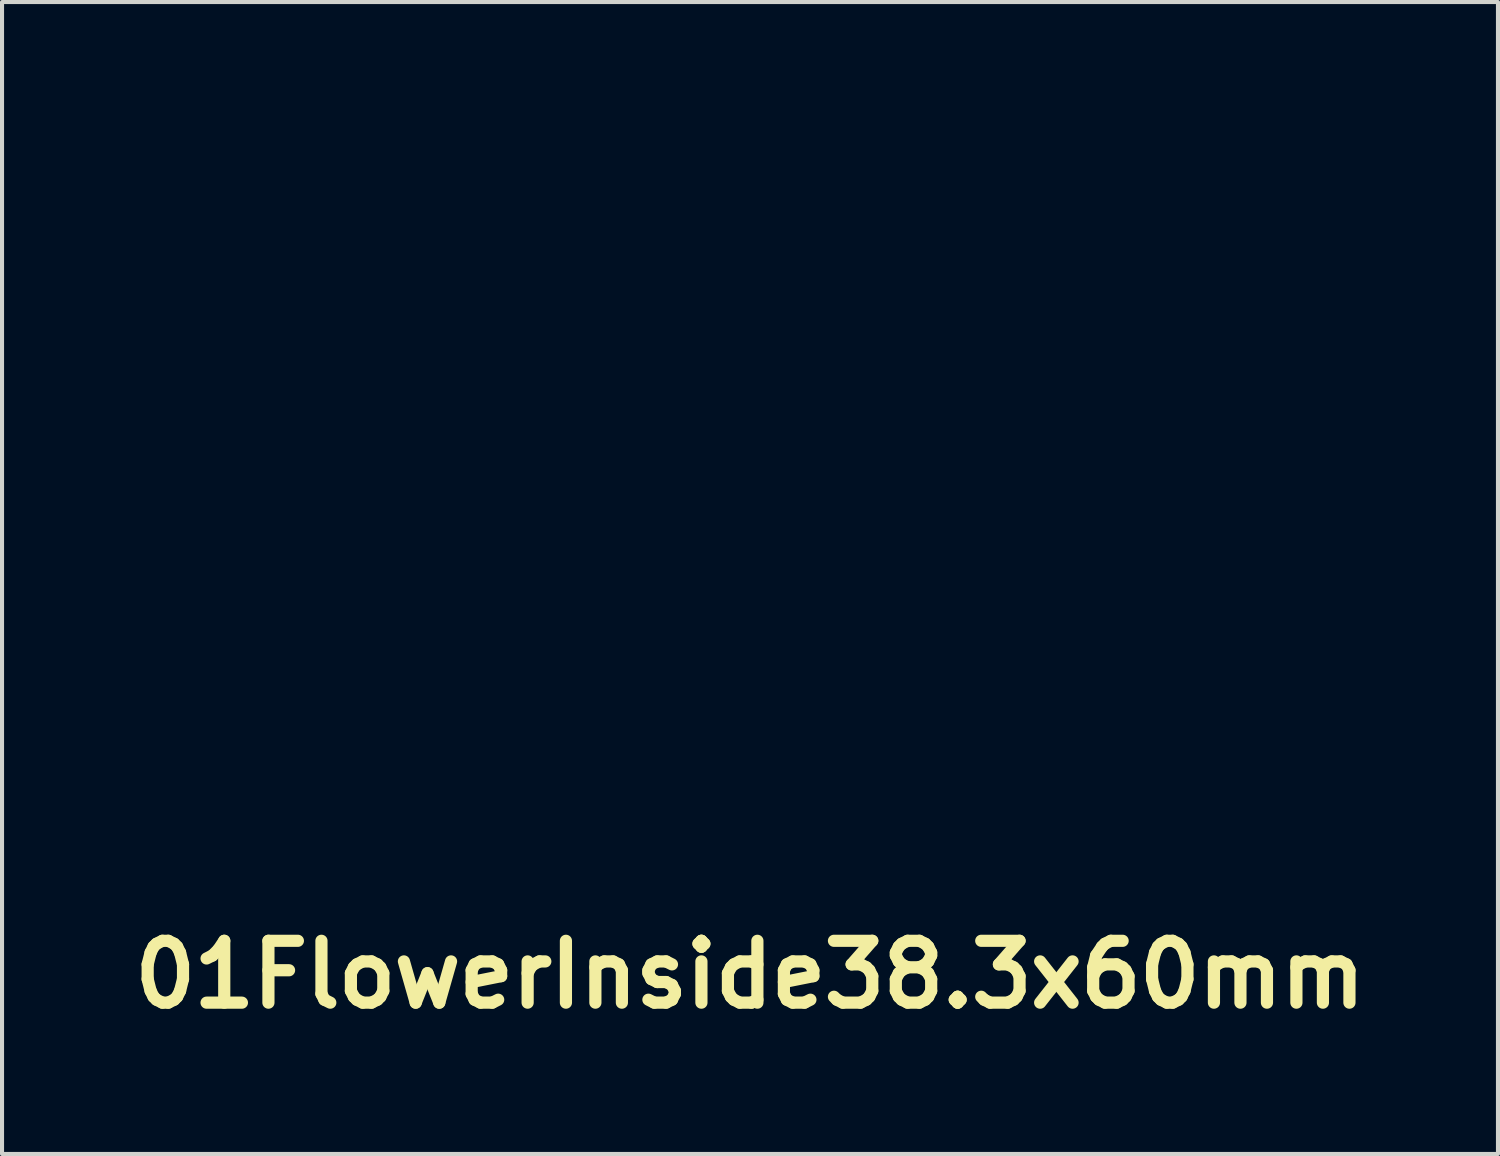
<source format=kicad_pcb>
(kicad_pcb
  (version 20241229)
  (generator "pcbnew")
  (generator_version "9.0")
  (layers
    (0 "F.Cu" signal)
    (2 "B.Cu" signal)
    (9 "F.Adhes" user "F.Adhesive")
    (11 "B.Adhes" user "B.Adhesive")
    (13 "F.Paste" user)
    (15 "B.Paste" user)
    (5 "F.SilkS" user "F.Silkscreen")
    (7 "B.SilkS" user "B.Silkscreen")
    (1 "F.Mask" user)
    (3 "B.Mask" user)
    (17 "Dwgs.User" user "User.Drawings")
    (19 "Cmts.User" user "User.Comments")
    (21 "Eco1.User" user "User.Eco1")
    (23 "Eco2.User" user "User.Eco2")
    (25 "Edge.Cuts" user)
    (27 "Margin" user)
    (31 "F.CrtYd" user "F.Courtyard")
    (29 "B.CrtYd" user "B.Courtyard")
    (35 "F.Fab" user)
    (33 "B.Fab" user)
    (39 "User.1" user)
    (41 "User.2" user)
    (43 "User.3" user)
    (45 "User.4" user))
  (footprint "01FlowerInside38.3x60mm"
    (layer "F.Cu")
    (at 15.429 20.964)
    (property "Reference" "01FlowerInside38.3x60mm" (at 0 0 0) (layer "F.SilkS") (effects (font (size 1.524 1.524) (thickness 0.3))))
    (attr board_only exclude_from_pos_files exclude_from_bom)
    (fp_poly (pts (xy -9.245 -4.996) (xy -9.292 -4.949) (xy -9.338 -4.996) (xy -9.292 -5.043)) (stroke (width 0) (type solid)) (fill yes) (layer "F.Mask"))
    (fp_poly (pts (xy -0.467 -2.661) (xy -0.514 -2.615) (xy -0.56 -2.661) (xy -0.514 -2.708)) (stroke (width 0) (type solid)) (fill yes) (layer "F.Mask"))
    (fp_poly (pts (xy 6.49 -4.538) (xy 6.907 -4.166) (xy 7.246 -3.672) (xy 7.476 -3.118) (xy 7.562 -2.563) (xy 7.563 -2.541) (xy 7.543 -2.225) (xy 7.477 -2.074) (xy 7.347 -2.085) (xy 7.137 -2.253) (xy 6.966 -2.428) (xy 6.514 -3.011) (xy 6.229 -3.625) (xy 6.115 -4.121) (xy 6.097 -4.451) (xy 6.166 -4.617) (xy 6.325 -4.624)) (stroke (width 0) (type solid)) (fill yes) (layer "F.Mask"))
    (fp_poly (pts (xy 7.914 -20.109) (xy 7.889 -19.668) (xy 7.842 -19.337) (xy 7.754 -19.04) (xy 7.607 -18.702) (xy 7.524 -18.532) (xy 7.109 -17.842) (xy 6.553 -17.18) (xy 6.521 -17.147) (xy 5.874 -16.482) (xy 5.937 -17.089) (xy 6.093 -18.044) (xy 6.359 -18.87) (xy 6.749 -19.601) (xy 7.275 -20.268) (xy 7.359 -20.356) (xy 7.948 -20.964)) (stroke (width 0) (type solid)) (fill yes) (layer "F.Mask"))
    (fp_poly (pts (xy -5.364 -20.421) (xy -4.781 -19.669) (xy -4.345 -18.805) (xy -4.114 -18.083) (xy -3.992 -17.56) (xy -3.907 -17.118) (xy -3.863 -16.781) (xy -3.864 -16.578) (xy -3.896 -16.529) (xy -3.995 -16.591) (xy -4.184 -16.756) (xy -4.424 -16.988) (xy -4.454 -17.019) (xy -5.082 -17.776) (xy -5.529 -18.574) (xy -5.794 -19.414) (xy -5.88 -20.297) (xy -5.876 -20.964)) (stroke (width 0) (type solid)) (fill yes) (layer "F.Mask"))
    (fp_poly (pts (xy -4.035 -4.682) (xy -4.026 -4.469) (xy -4.066 -4.167) (xy -4.148 -3.821) (xy -4.263 -3.475) (xy -4.324 -3.331) (xy -4.514 -2.993) (xy -4.774 -2.622) (xy -4.974 -2.381) (xy -5.203 -2.139) (xy -5.344 -2.024) (xy -5.424 -2.016) (xy -5.468 -2.084) (xy -5.506 -2.34) (xy -5.486 -2.7) (xy -5.417 -3.097) (xy -5.31 -3.462) (xy -5.245 -3.611) (xy -5.091 -3.849) (xy -4.866 -4.121) (xy -4.611 -4.387) (xy -4.366 -4.607) (xy -4.17 -4.74) (xy -4.098 -4.763)) (stroke (width 0) (type solid)) (fill yes) (layer "F.Mask"))
    (fp_poly (pts (xy -8.201 -11.451) (xy -7.888 -11.385) (xy -7.808 -11.366) (xy -7.483 -11.27) (xy -7.172 -11.154) (xy -6.919 -11.037) (xy -6.764 -10.937) (xy -6.744 -10.879) (xy -6.837 -10.843) (xy -7.074 -10.759) (xy -7.419 -10.64) (xy -7.84 -10.497) (xy -7.914 -10.472) (xy -8.737 -10.222) (xy -9.432 -10.075) (xy -10.023 -10.028) (xy -10.538 -10.077) (xy -10.786 -10.141) (xy -11.064 -10.237) (xy -11.267 -10.322) (xy -11.325 -10.357) (xy -11.291 -10.432) (xy -11.115 -10.553) (xy -10.833 -10.706) (xy -10.478 -10.873) (xy -10.085 -11.041) (xy -9.689 -11.192) (xy -9.324 -11.311) (xy -9.111 -11.365) (xy -8.733 -11.441) (xy -8.457 -11.469)) (stroke (width 0) (type solid)) (fill yes) (layer "F.Mask"))
    (fp_poly (pts (xy 10.289 -11.581) (xy 10.528 -11.519) (xy 10.884 -11.409) (xy 11.331 -11.26) (xy 11.787 -11.097) (xy 12.286 -10.91) (xy 12.713 -10.74) (xy 13.042 -10.599) (xy 13.246 -10.497) (xy 13.301 -10.449) (xy 13.159 -10.354) (xy 12.882 -10.259) (xy 12.519 -10.176) (xy 12.12 -10.115) (xy 11.737 -10.089) (xy 11.679 -10.089) (xy 11.322 -10.111) (xy 10.922 -10.18) (xy 10.437 -10.306) (xy 9.875 -10.48) (xy 9.438 -10.626) (xy 9.073 -10.756) (xy 8.813 -10.856) (xy 8.69 -10.915) (xy 8.685 -10.922) (xy 8.766 -10.975) (xy 8.984 -11.071) (xy 9.297 -11.192) (xy 9.427 -11.239) (xy 9.769 -11.369) (xy 10.035 -11.485) (xy 10.182 -11.567) (xy 10.197 -11.585)) (stroke (width 0) (type solid)) (fill yes) (layer "F.Mask"))
    (fp_poly (pts (xy -1.139 -19.012) (xy -0.913 -18.914) (xy -0.71 -18.818) (xy -0.111 -18.601) (xy 0.568 -18.477) (xy 1.27 -18.448) (xy 1.943 -18.515) (xy 2.531 -18.678) (xy 2.711 -18.76) (xy 3.064 -18.944) (xy 2.697 -18.151) (xy 2.504 -17.697) (xy 2.319 -17.207) (xy 2.177 -16.77) (xy 2.154 -16.686) (xy 2.07 -16.327) (xy 1.998 -15.944) (xy 1.944 -15.58) (xy 1.914 -15.28) (xy 1.912 -15.085) (xy 1.935 -15.035) (xy 1.987 -15.114) (xy 2.103 -15.334) (xy 2.269 -15.664) (xy 2.471 -16.075) (xy 2.581 -16.305) (xy 2.794 -16.742) (xy 2.98 -17.109) (xy 3.124 -17.377) (xy 3.211 -17.518) (xy 3.23 -17.532) (xy 3.236 -17.425) (xy 3.205 -17.195) (xy 3.168 -17.004) (xy 3.111 -16.598) (xy 3.129 -16.286) (xy 3.215 -16.101) (xy 3.312 -16.062) (xy 3.359 -16.014) (xy 3.329 -15.857) (xy 3.217 -15.569) (xy 3.122 -15.354) (xy 2.98 -15.018) (xy 2.886 -14.743) (xy 2.853 -14.575) (xy 2.858 -14.552) (xy 2.984 -14.494) (xy 3.139 -14.499) (xy 3.308 -14.518) (xy 3.362 -14.504) (xy 3.314 -14.414) (xy 3.188 -14.214) (xy 3.033 -13.98) (xy 2.705 -13.494) (xy 3.169 -13.466) (xy 3.485 -13.425) (xy 3.698 -13.326) (xy 3.871 -13.155) (xy 4.024 -12.944) (xy 4.105 -12.776) (xy 4.109 -12.75) (xy 4.193 -12.61) (xy 4.419 -12.527) (xy 4.593 -12.513) (xy 4.756 -12.573) (xy 4.998 -12.73) (xy 5.252 -12.936) (xy 5.794 -13.371) (xy 6.378 -13.726) (xy 7.04 -14.017) (xy 7.815 -14.26) (xy 8.731 -14.47) (xy 9.751 -14.75) (xy 10.645 -15.159) (xy 11.428 -15.706) (xy 11.599 -15.857) (xy 11.866 -16.095) (xy 12.007 -16.203) (xy 12.029 -16.186) (xy 11.972 -16.093) (xy 11.53 -15.58) (xy 10.969 -15.141) (xy 10.272 -14.768) (xy 9.424 -14.452) (xy 8.41 -14.185) (xy 8.404 -14.184) (xy 7.935 -14.063) (xy 7.456 -13.915) (xy 7.051 -13.764) (xy 6.944 -13.717) (xy 6.537 -13.502) (xy 6.109 -13.236) (xy 5.703 -12.951) (xy 5.364 -12.678) (xy 5.135 -12.45) (xy 5.097 -12.399) (xy 5.028 -12.225) (xy 4.947 -11.924) (xy 4.864 -11.545) (xy 4.789 -11.139) (xy 4.729 -10.754) (xy 4.696 -10.441) (xy 4.696 -10.249) (xy 4.701 -10.229) (xy 4.81 -10.137) (xy 5.032 -10.037) (xy 5.122 -10.007) (xy 5.379 -9.901) (xy 5.723 -9.72) (xy 6.091 -9.498) (xy 6.183 -9.438) (xy 6.451 -9.249) (xy 6.716 -9.04) (xy 6.997 -8.791) (xy 7.316 -8.483) (xy 7.691 -8.096) (xy 8.144 -7.609) (xy 8.695 -7.004) (xy 8.802 -6.886) (xy 9.148 -6.519) (xy 9.493 -6.195) (xy 9.875 -5.885) (xy 10.333 -5.556) (xy 10.906 -5.177) (xy 11.075 -5.07) (xy 11.144 -5.011) (xy 11.078 -5.015) (xy 10.912 -5.068) (xy 10.683 -5.157) (xy 10.425 -5.267) (xy 10.174 -5.386) (xy 9.995 -5.482) (xy 9.817 -5.613) (xy 9.529 -5.855) (xy 9.153 -6.19) (xy 8.711 -6.598) (xy 8.225 -7.057) (xy 7.717 -7.549) (xy 7.704 -7.562) (xy 7.032 -8.213) (xy 6.469 -8.738) (xy 6.001 -9.149) (xy 5.611 -9.457) (xy 5.283 -9.674) (xy 5.002 -9.812) (xy 4.751 -9.883) (xy 4.562 -9.899) (xy 4.33 -9.833) (xy 4 -9.631) (xy 3.651 -9.362) (xy 3.342 -9.105) (xy 3.15 -8.923) (xy 3.046 -8.773) (xy 3.003 -8.613) (xy 2.993 -8.4) (xy 2.992 -8.346) (xy 3.016 -8.057) (xy 3.08 -7.647) (xy 3.174 -7.173) (xy 3.285 -6.691) (xy 3.401 -6.261) (xy 3.507 -5.942) (xy 3.538 -5.824) (xy 3.46 -5.833) (xy 3.382 -5.872) (xy 3.196 -5.925) (xy 3.047 -5.835) (xy 2.931 -5.623) (xy 2.849 -5.287) (xy 2.811 -4.887) (xy 2.825 -4.483) (xy 2.829 -4.453) (xy 2.845 -4.289) (xy 2.832 -4.231) (xy 2.776 -4.294) (xy 2.664 -4.492) (xy 2.485 -4.842) (xy 2.46 -4.89) (xy 2.249 -5.342) (xy 2.051 -5.825) (xy 1.899 -6.258) (xy 1.863 -6.384) (xy 1.684 -7.05) (xy 1.717 -5.976) (xy 1.744 -5.434) (xy 1.794 -4.977) (xy 1.88 -4.528) (xy 2.015 -4.011) (xy 2.081 -3.782) (xy 2.205 -3.356) (xy 2.305 -3.003) (xy 2.372 -2.756) (xy 2.396 -2.649) (xy 2.396 -2.648) (xy 2.344 -2.712) (xy 2.225 -2.89) (xy 2.129 -3.043) (xy 1.779 -3.47) (xy 1.363 -3.735) (xy 0.899 -3.828) (xy 0.892 -3.828) (xy 0.688 -3.813) (xy 0.512 -3.747) (xy 0.319 -3.601) (xy 0.058 -3.347) (xy 0.013 -3.301) (xy -0.213 -3.08) (xy -0.37 -2.949) (xy -0.433 -2.929) (xy -0.429 -2.951) (xy -0.313 -3.299) (xy -0.196 -3.739) (xy -0.082 -4.241) (xy 0.023 -4.774) (xy 0.116 -5.308) (xy 0.19 -5.811) (xy 0.241 -6.254) (xy 0.264 -6.605) (xy 0.253 -6.833) (xy 0.209 -6.91) (xy 0.148 -6.824) (xy 0.045 -6.588) (xy -0.091 -6.228) (xy -0.25 -5.774) (xy -0.42 -5.252) (xy -0.592 -4.693) (xy -0.7 -4.37) (xy -0.802 -4.13) (xy -0.878 -4.019) (xy -0.887 -4.016) (xy -0.931 -4.105) (xy -0.953 -4.357) (xy -0.952 -4.751) (xy -0.948 -4.845) (xy -0.949 -5.406) (xy -1 -5.787) (xy -1.103 -5.989) (xy -1.256 -6.012) (xy -1.259 -6.011) (xy -1.398 -5.885) (xy -1.451 -5.78) (xy -1.532 -5.658) (xy -1.596 -5.655) (xy -1.651 -5.754) (xy -1.642 -5.777) (xy -1.586 -5.919) (xy -1.503 -6.195) (xy -1.401 -6.567) (xy -1.289 -6.999) (xy -1.177 -7.453) (xy -1.073 -7.892) (xy -0.987 -8.28) (xy -0.928 -8.579) (xy -0.904 -8.753) (xy -0.908 -8.781) (xy -1.2 -9.02) (xy -1.543 -9.272) (xy -1.898 -9.513) (xy -2.224 -9.714) (xy -2.481 -9.851) (xy -2.623 -9.898) (xy -2.987 -9.823) (xy -3.439 -9.614) (xy -3.959 -9.284) (xy -4.527 -8.85) (xy -5.12 -8.328) (xy -5.718 -7.732) (xy -6.077 -7.338) (xy -6.436 -6.944) (xy -6.803 -6.564) (xy -7.137 -6.24) (xy -7.394 -6.016) (xy -7.398 -6.013) (xy -7.669 -5.819) (xy -7.996 -5.611) (xy -8.341 -5.41) (xy -8.664 -5.238) (xy -8.925 -5.115) (xy -9.087 -5.064) (xy -9.116 -5.069) (xy -9.063 -5.135) (xy -8.887 -5.272) (xy -8.625 -5.454) (xy -8.569 -5.491) (xy -8.261 -5.708) (xy -7.93 -5.971) (xy -7.559 -6.299) (xy -7.128 -6.71) (xy -6.618 -7.221) (xy -6.009 -7.85) (xy -5.836 -8.031) (xy -5.09 -8.764) (xy -4.403 -9.33) (xy -3.764 -9.739) (xy -3.294 -9.952) (xy -3.023 -10.058) (xy -2.828 -10.147) (xy -2.775 -10.179) (xy -2.766 -10.289) (xy -2.795 -10.542) (xy -2.858 -10.901) (xy -2.944 -11.307) (xy -3.051 -11.766) (xy -3.139 -12.087) (xy -3.228 -12.313) (xy -3.339 -12.49) (xy -3.493 -12.66) (xy -3.651 -12.814) (xy -4.248 -13.277) (xy -4.982 -13.677) (xy -5.808 -13.993) (xy -6.583 -14.187) (xy -7.56 -14.418) (xy -8.376 -14.714) (xy -9.049 -15.084) (xy -9.595 -15.536) (xy -9.76 -15.716) (xy -9.964 -15.973) (xy -10.035 -16.106) (xy -9.982 -16.114) (xy -9.812 -15.996) (xy -9.533 -15.752) (xy -9.525 -15.744) (xy -8.91 -15.279) (xy -8.149 -14.89) (xy -7.273 -14.59) (xy -6.761 -14.469) (xy -5.788 -14.24) (xy -4.973 -13.97) (xy -4.289 -13.646) (xy -3.712 -13.256) (xy -3.273 -12.852) (xy -2.969 -12.598) (xy -2.697 -12.513) (xy -2.693 -12.513) (xy -2.523 -12.528) (xy -2.388 -12.596) (xy -2.245 -12.752) (xy -2.054 -13.03) (xy -2.026 -13.074) (xy -1.868 -13.281) (xy -1.695 -13.383) (xy -1.427 -13.425) (xy -1.374 -13.429) (xy -1.117 -13.461) (xy -0.958 -13.512) (xy -0.934 -13.541) (xy -0.979 -13.658) (xy -1.097 -13.884) (xy -1.261 -14.166) (xy -1.431 -14.464) (xy -1.502 -14.64) (xy -1.483 -14.723) (xy -1.448 -14.738) (xy -1.346 -14.804) (xy -1.316 -14.96) (xy -1.359 -15.233) (xy -1.475 -15.649) (xy -1.484 -15.68) (xy -1.564 -15.971) (xy -1.599 -16.176) (xy -1.583 -16.249) (xy -1.467 -16.181) (xy -1.447 -16.155) (xy -1.321 -16.065) (xy -1.293 -16.062) (xy -1.249 -16.145) (xy -1.234 -16.356) (xy -1.246 -16.641) (xy -1.282 -16.945) (xy -1.339 -17.211) (xy -1.352 -17.252) (xy -1.375 -17.416) (xy -1.332 -17.462) (xy -1.262 -17.383) (xy -1.13 -17.163) (xy -0.953 -16.833) (xy -0.746 -16.423) (xy -0.651 -16.225) (xy -0.425 -15.769) (xy -0.24 -15.423) (xy -0.105 -15.208) (xy -0.032 -15.139) (xy -0.023 -15.152) (xy -0.011 -15.468) (xy -0.073 -15.911) (xy -0.2 -16.442) (xy -0.377 -17.021) (xy -0.595 -17.611) (xy -0.84 -18.173) (xy -1.091 -18.65) (xy -1.211 -18.877) (xy -1.265 -19.022) (xy -1.255 -19.05)) (stroke (width 0) (type solid)) (fill yes) (layer "F.Mask")))
  (gr_rect
    (start -3 -3)
    (end 33.857 25.382)
    (stroke (width 0.1) (type default))
    (fill no)
    (layer "Edge.Cuts")))
</source>
